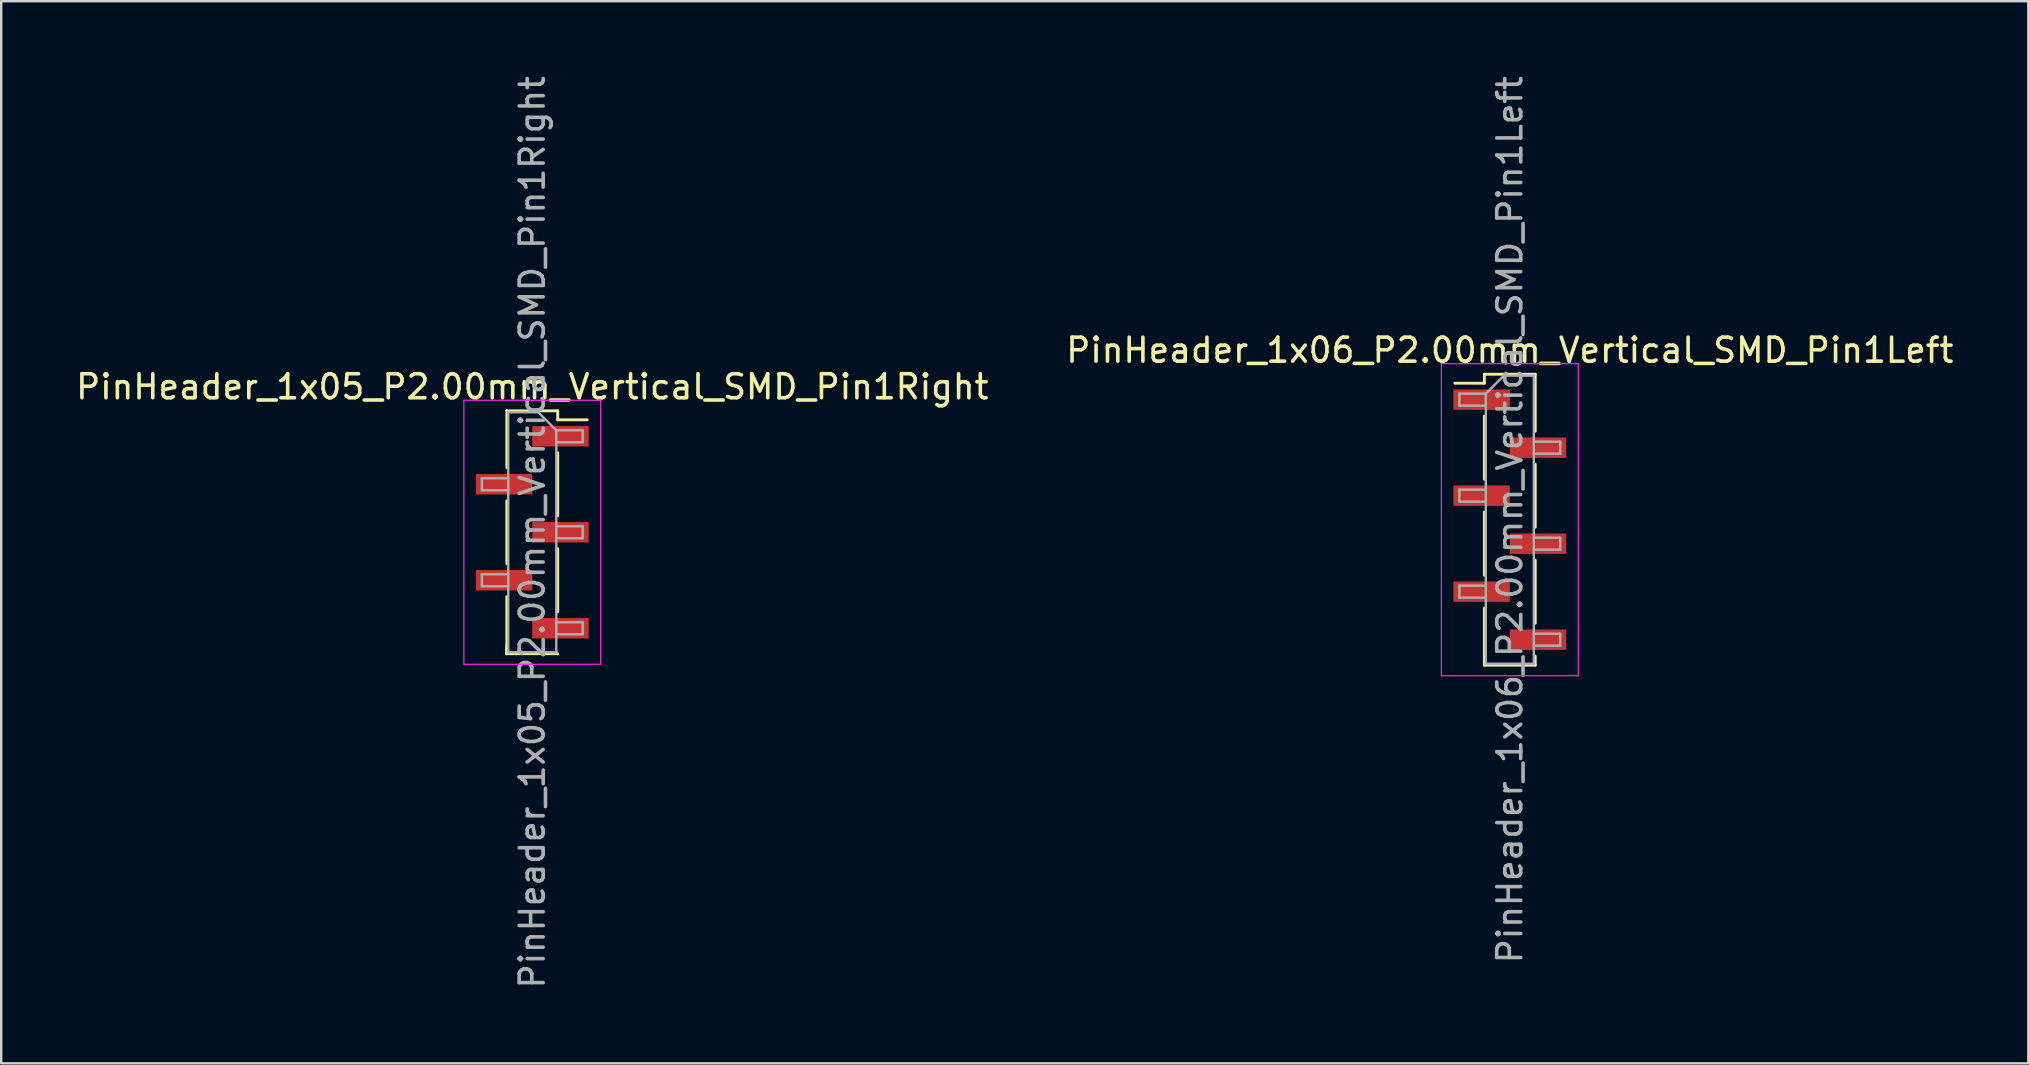
<source format=kicad_pcb>
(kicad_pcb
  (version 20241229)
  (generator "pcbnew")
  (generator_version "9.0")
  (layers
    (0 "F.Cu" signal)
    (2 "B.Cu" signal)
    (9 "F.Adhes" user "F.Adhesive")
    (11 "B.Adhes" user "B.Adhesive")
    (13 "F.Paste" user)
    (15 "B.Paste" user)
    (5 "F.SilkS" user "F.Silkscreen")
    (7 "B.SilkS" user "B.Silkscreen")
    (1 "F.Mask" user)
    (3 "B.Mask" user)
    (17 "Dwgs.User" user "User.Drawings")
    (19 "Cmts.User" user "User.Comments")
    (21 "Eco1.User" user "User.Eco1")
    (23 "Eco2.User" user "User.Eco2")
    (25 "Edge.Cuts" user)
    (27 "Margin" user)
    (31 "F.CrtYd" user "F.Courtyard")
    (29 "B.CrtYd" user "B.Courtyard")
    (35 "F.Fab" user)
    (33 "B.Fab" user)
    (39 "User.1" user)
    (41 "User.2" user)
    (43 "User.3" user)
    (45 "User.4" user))
  (footprint "PinHeader_1x05_P2.00mm_Vertical_SMD_Pin1Right"
    (layer "F.Cu")
    (at 19.125 19.125)
    (property "Reference" "PinHeader_1x05_P2.00mm_Vertical_SMD_Pin1Right" (at 0 -6.06 0) (layer "F.SilkS") (effects (font (size 1 1) (thickness 0.15))))
    (attr smd)
    (fp_line (start -1.06 -5.06) (end -1.06 -2.685) (stroke (width 0.12) (type solid)) (layer "F.SilkS"))
    (fp_line (start -1.06 -5.06) (end 1.06 -5.06) (stroke (width 0.12) (type solid)) (layer "F.SilkS"))
    (fp_line (start -1.06 -1.315) (end -1.06 1.315) (stroke (width 0.12) (type solid)) (layer "F.SilkS"))
    (fp_line (start -1.06 2.685) (end -1.06 5.06) (stroke (width 0.12) (type solid)) (layer "F.SilkS"))
    (fp_line (start -1.06 4.685) (end -1.06 5.06) (stroke (width 0.12) (type solid)) (layer "F.SilkS"))
    (fp_line (start -1.06 5.06) (end 1.06 5.06) (stroke (width 0.12) (type solid)) (layer "F.SilkS"))
    (fp_line (start 1.06 -5.06) (end 1.06 -4.685) (stroke (width 0.12) (type solid)) (layer "F.SilkS"))
    (fp_line (start 1.06 -4.685) (end 2.29 -4.685) (stroke (width 0.12) (type solid)) (layer "F.SilkS"))
    (fp_line (start 1.06 -3.315) (end 1.06 -0.685) (stroke (width 0.12) (type solid)) (layer "F.SilkS"))
    (fp_line (start 1.06 0.685) (end 1.06 3.315) (stroke (width 0.12) (type solid)) (layer "F.SilkS"))
    (fp_line (start -2.85 -5.5) (end -2.85 5.5) (stroke (width 0.05) (type solid)) (layer "F.CrtYd"))
    (fp_line (start -2.85 5.5) (end 2.85 5.5) (stroke (width 0.05) (type solid)) (layer "F.CrtYd"))
    (fp_line (start 2.85 -5.5) (end -2.85 -5.5) (stroke (width 0.05) (type solid)) (layer "F.CrtYd"))
    (fp_line (start 2.85 5.5) (end 2.85 -5.5) (stroke (width 0.05) (type solid)) (layer "F.CrtYd"))
    (fp_line (start -2.1 -2.25) (end -2.1 -1.75) (stroke (width 0.1) (type solid)) (layer "F.Fab"))
    (fp_line (start -2.1 -1.75) (end -1 -1.75) (stroke (width 0.1) (type solid)) (layer "F.Fab"))
    (fp_line (start -2.1 1.75) (end -2.1 2.25) (stroke (width 0.1) (type solid)) (layer "F.Fab"))
    (fp_line (start -2.1 2.25) (end -1 2.25) (stroke (width 0.1) (type solid)) (layer "F.Fab"))
    (fp_line (start -1 -5) (end -1 5) (stroke (width 0.1) (type solid)) (layer "F.Fab"))
    (fp_line (start -1 -5) (end 0.25 -5) (stroke (width 0.1) (type solid)) (layer "F.Fab"))
    (fp_line (start -1 -2.25) (end -2.1 -2.25) (stroke (width 0.1) (type solid)) (layer "F.Fab"))
    (fp_line (start -1 1.75) (end -2.1 1.75) (stroke (width 0.1) (type solid)) (layer "F.Fab"))
    (fp_line (start 1 -4.25) (end 0.25 -5) (stroke (width 0.1) (type solid)) (layer "F.Fab"))
    (fp_line (start 1 -4.25) (end 2.1 -4.25) (stroke (width 0.1) (type solid)) (layer "F.Fab"))
    (fp_line (start 1 -0.25) (end 2.1 -0.25) (stroke (width 0.1) (type solid)) (layer "F.Fab"))
    (fp_line (start 1 3.75) (end 2.1 3.75) (stroke (width 0.1) (type solid)) (layer "F.Fab"))
    (fp_line (start 1 5) (end -1 5) (stroke (width 0.1) (type solid)) (layer "F.Fab"))
    (fp_line (start 1 5) (end 1 -4.25) (stroke (width 0.1) (type solid)) (layer "F.Fab"))
    (fp_line (start 2.1 -4.25) (end 2.1 -3.75) (stroke (width 0.1) (type solid)) (layer "F.Fab"))
    (fp_line (start 2.1 -3.75) (end 1 -3.75) (stroke (width 0.1) (type solid)) (layer "F.Fab"))
    (fp_line (start 2.1 -0.25) (end 2.1 0.25) (stroke (width 0.1) (type solid)) (layer "F.Fab"))
    (fp_line (start 2.1 0.25) (end 1 0.25) (stroke (width 0.1) (type solid)) (layer "F.Fab"))
    (fp_line (start 2.1 3.75) (end 2.1 4.25) (stroke (width 0.1) (type solid)) (layer "F.Fab"))
    (fp_line (start 2.1 4.25) (end 1 4.25) (stroke (width 0.1) (type solid)) (layer "F.Fab"))
    (fp_text user "${REFERENCE}" (at 0 0 90) (layer "F.Fab") (effects (font (size 1 1) (thickness 0.15))))
    (pad "1" smd rect (at 1.175 -4) (size 2.35 0.85) (layers "F.Cu" "F.Mask" "F.Paste"))
    (pad "2" smd rect (at -1.175 -2) (size 2.35 0.85) (layers "F.Cu" "F.Mask" "F.Paste"))
    (pad "3" smd rect (at 1.175 0) (size 2.35 0.85) (layers "F.Cu" "F.Mask" "F.Paste"))
    (pad "4" smd rect (at -1.175 2) (size 2.35 0.85) (layers "F.Cu" "F.Mask" "F.Paste"))
    (pad "5" smd rect (at 1.175 4) (size 2.35 0.85) (layers "F.Cu" "F.Mask" "F.Paste")))
  (footprint "PinHeader_1x06_P2.00mm_Vertical_SMD_Pin1Left"
    (layer "F.Cu")
    (at 59.851 18.601)
    (property "Reference" "PinHeader_1x06_P2.00mm_Vertical_SMD_Pin1Left" (at 0 -7.06 0) (layer "F.SilkS") (effects (font (size 1 1) (thickness 0.15))))
    (attr smd)
    (fp_line (start -1.06 -6.06) (end -1.06 -5.685) (stroke (width 0.12) (type solid)) (layer "F.SilkS"))
    (fp_line (start -1.06 -6.06) (end 1.06 -6.06) (stroke (width 0.12) (type solid)) (layer "F.SilkS"))
    (fp_line (start -1.06 -5.685) (end -2.29 -5.685) (stroke (width 0.12) (type solid)) (layer "F.SilkS"))
    (fp_line (start -1.06 -4.315) (end -1.06 -1.685) (stroke (width 0.12) (type solid)) (layer "F.SilkS"))
    (fp_line (start -1.06 -0.315) (end -1.06 2.315) (stroke (width 0.12) (type solid)) (layer "F.SilkS"))
    (fp_line (start -1.06 3.685) (end -1.06 6.06) (stroke (width 0.12) (type solid)) (layer "F.SilkS"))
    (fp_line (start -1.06 6.06) (end 1.06 6.06) (stroke (width 0.12) (type solid)) (layer "F.SilkS"))
    (fp_line (start 1.06 -6.06) (end 1.06 -3.685) (stroke (width 0.12) (type solid)) (layer "F.SilkS"))
    (fp_line (start 1.06 -2.315) (end 1.06 0.315) (stroke (width 0.12) (type solid)) (layer "F.SilkS"))
    (fp_line (start 1.06 1.685) (end 1.06 4.315) (stroke (width 0.12) (type solid)) (layer "F.SilkS"))
    (fp_line (start 1.06 5.685) (end 1.06 6.06) (stroke (width 0.12) (type solid)) (layer "F.SilkS"))
    (fp_line (start -2.85 -6.5) (end -2.85 6.5) (stroke (width 0.05) (type solid)) (layer "F.CrtYd"))
    (fp_line (start -2.85 6.5) (end 2.85 6.5) (stroke (width 0.05) (type solid)) (layer "F.CrtYd"))
    (fp_line (start 2.85 -6.5) (end -2.85 -6.5) (stroke (width 0.05) (type solid)) (layer "F.CrtYd"))
    (fp_line (start 2.85 6.5) (end 2.85 -6.5) (stroke (width 0.05) (type solid)) (layer "F.CrtYd"))
    (fp_line (start -2.1 -5.25) (end -2.1 -4.75) (stroke (width 0.1) (type solid)) (layer "F.Fab"))
    (fp_line (start -2.1 -4.75) (end -1 -4.75) (stroke (width 0.1) (type solid)) (layer "F.Fab"))
    (fp_line (start -2.1 -1.25) (end -2.1 -0.75) (stroke (width 0.1) (type solid)) (layer "F.Fab"))
    (fp_line (start -2.1 -0.75) (end -1 -0.75) (stroke (width 0.1) (type solid)) (layer "F.Fab"))
    (fp_line (start -2.1 2.75) (end -2.1 3.25) (stroke (width 0.1) (type solid)) (layer "F.Fab"))
    (fp_line (start -2.1 3.25) (end -1 3.25) (stroke (width 0.1) (type solid)) (layer "F.Fab"))
    (fp_line (start -1 -5.25) (end -2.1 -5.25) (stroke (width 0.1) (type solid)) (layer "F.Fab"))
    (fp_line (start -1 -5.25) (end -0.25 -6) (stroke (width 0.1) (type solid)) (layer "F.Fab"))
    (fp_line (start -1 -1.25) (end -2.1 -1.25) (stroke (width 0.1) (type solid)) (layer "F.Fab"))
    (fp_line (start -1 2.75) (end -2.1 2.75) (stroke (width 0.1) (type solid)) (layer "F.Fab"))
    (fp_line (start -1 6) (end -1 -5.25) (stroke (width 0.1) (type solid)) (layer "F.Fab"))
    (fp_line (start -0.25 -6) (end 1 -6) (stroke (width 0.1) (type solid)) (layer "F.Fab"))
    (fp_line (start 1 -6) (end 1 6) (stroke (width 0.1) (type solid)) (layer "F.Fab"))
    (fp_line (start 1 -3.25) (end 2.1 -3.25) (stroke (width 0.1) (type solid)) (layer "F.Fab"))
    (fp_line (start 1 0.75) (end 2.1 0.75) (stroke (width 0.1) (type solid)) (layer "F.Fab"))
    (fp_line (start 1 4.75) (end 2.1 4.75) (stroke (width 0.1) (type solid)) (layer "F.Fab"))
    (fp_line (start 1 6) (end -1 6) (stroke (width 0.1) (type solid)) (layer "F.Fab"))
    (fp_line (start 2.1 -3.25) (end 2.1 -2.75) (stroke (width 0.1) (type solid)) (layer "F.Fab"))
    (fp_line (start 2.1 -2.75) (end 1 -2.75) (stroke (width 0.1) (type solid)) (layer "F.Fab"))
    (fp_line (start 2.1 0.75) (end 2.1 1.25) (stroke (width 0.1) (type solid)) (layer "F.Fab"))
    (fp_line (start 2.1 1.25) (end 1 1.25) (stroke (width 0.1) (type solid)) (layer "F.Fab"))
    (fp_line (start 2.1 4.75) (end 2.1 5.25) (stroke (width 0.1) (type solid)) (layer "F.Fab"))
    (fp_line (start 2.1 5.25) (end 1 5.25) (stroke (width 0.1) (type solid)) (layer "F.Fab"))
    (fp_text user "${REFERENCE}" (at 0 0 90) (layer "F.Fab") (effects (font (size 1 1) (thickness 0.15))))
    (pad "1" smd rect (at -1.175 -5) (size 2.35 0.85) (layers "F.Cu" "F.Mask" "F.Paste"))
    (pad "2" smd rect (at 1.175 -3) (size 2.35 0.85) (layers "F.Cu" "F.Mask" "F.Paste"))
    (pad "3" smd rect (at -1.175 -1) (size 2.35 0.85) (layers "F.Cu" "F.Mask" "F.Paste"))
    (pad "4" smd rect (at 1.175 1) (size 2.35 0.85) (layers "F.Cu" "F.Mask" "F.Paste"))
    (pad "5" smd rect (at -1.175 3) (size 2.35 0.85) (layers "F.Cu" "F.Mask" "F.Paste"))
    (pad "6" smd rect (at 1.175 5) (size 2.35 0.85) (layers "F.Cu" "F.Mask" "F.Paste")))
  (gr_rect
    (start -3 -3)
    (end 81.452 41.25)
    (stroke (width 0.1) (type default))
    (fill no)
    (layer "Edge.Cuts")))
</source>
